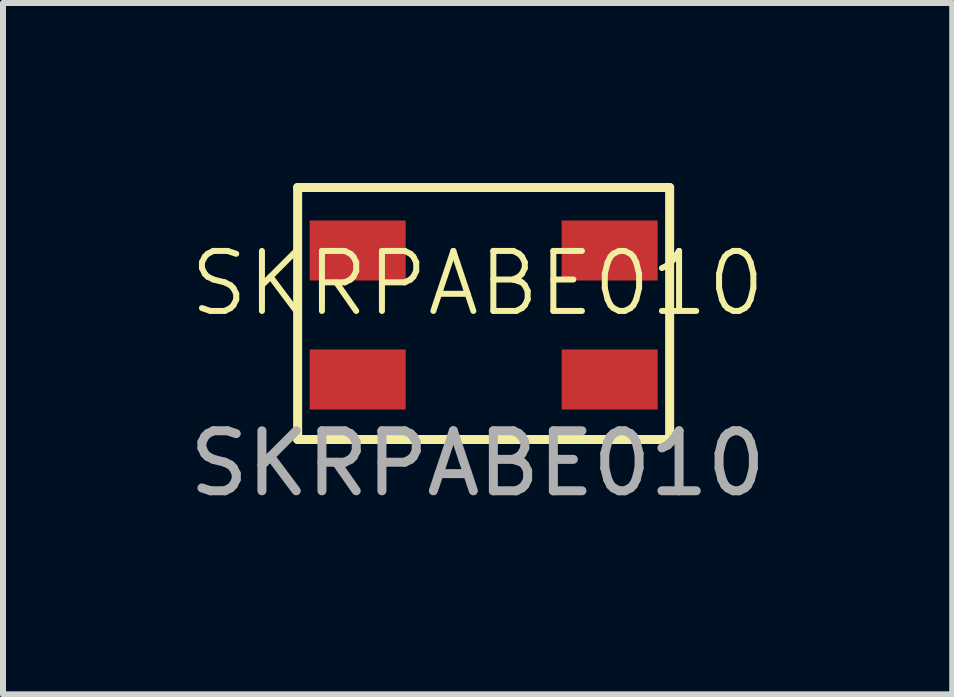
<source format=kicad_pcb>
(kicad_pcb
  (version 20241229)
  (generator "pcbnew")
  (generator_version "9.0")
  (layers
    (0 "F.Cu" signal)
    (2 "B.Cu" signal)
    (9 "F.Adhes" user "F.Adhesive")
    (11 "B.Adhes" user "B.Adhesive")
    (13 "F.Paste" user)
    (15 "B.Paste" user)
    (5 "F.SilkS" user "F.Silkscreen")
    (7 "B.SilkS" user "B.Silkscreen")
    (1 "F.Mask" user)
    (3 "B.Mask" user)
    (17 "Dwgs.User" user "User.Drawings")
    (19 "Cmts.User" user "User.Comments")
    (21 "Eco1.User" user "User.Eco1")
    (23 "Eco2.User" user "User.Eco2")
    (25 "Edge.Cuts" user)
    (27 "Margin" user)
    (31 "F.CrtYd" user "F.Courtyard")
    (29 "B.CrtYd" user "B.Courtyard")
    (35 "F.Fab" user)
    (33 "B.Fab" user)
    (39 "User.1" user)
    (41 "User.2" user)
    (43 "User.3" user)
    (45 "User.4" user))
  (footprint "SKRPABE010"
    (layer "F.Cu")
    (at 7.111 1.125)
    (property "Reference" "SKRPABE010" (at -2.2 0.55 0) (unlocked yes) (layer "F.SilkS") (effects (font (size 1 1) (thickness 0.1))))
    (attr smd)
    (fp_line (start -5.2 -1.05) (end 1 -1.05) (stroke (width 0.15) (type solid)) (layer "F.SilkS"))
    (fp_line (start -5.2 3.15) (end -5.2 -1.05) (stroke (width 0.15) (type solid)) (layer "F.SilkS"))
    (fp_line (start 1 -1.05) (end 1 3.15) (stroke (width 0.15) (type solid)) (layer "F.SilkS"))
    (fp_line (start 1 3.15) (end -5.2 3.15) (stroke (width 0.15) (type solid)) (layer "F.SilkS"))
    (fp_text user "${REFERENCE}" (at -2.2 3.55 0) (unlocked yes) (layer "F.Fab") (effects (font (size 1 1) (thickness 0.15))))
    (pad "1" smd rect (at -4.2 0) (size 1.6 1) (layers "F.Cu" "F.Mask" "F.Paste"))
    (pad "1" smd rect (at 0 0) (size 1.6 1) (layers "F.Cu" "F.Mask" "F.Paste"))
    (pad "2" smd rect (at -4.2 2.15) (size 1.6 1) (layers "F.Cu" "F.Mask" "F.Paste"))
    (pad "2" smd rect (at 0 2.15) (size 1.6 1) (layers "F.Cu" "F.Mask" "F.Paste")))
  (gr_rect
    (start -3 -3)
    (end 12.821 8.523)
    (stroke (width 0.1) (type default))
    (fill no)
    (layer "Edge.Cuts")))
</source>
